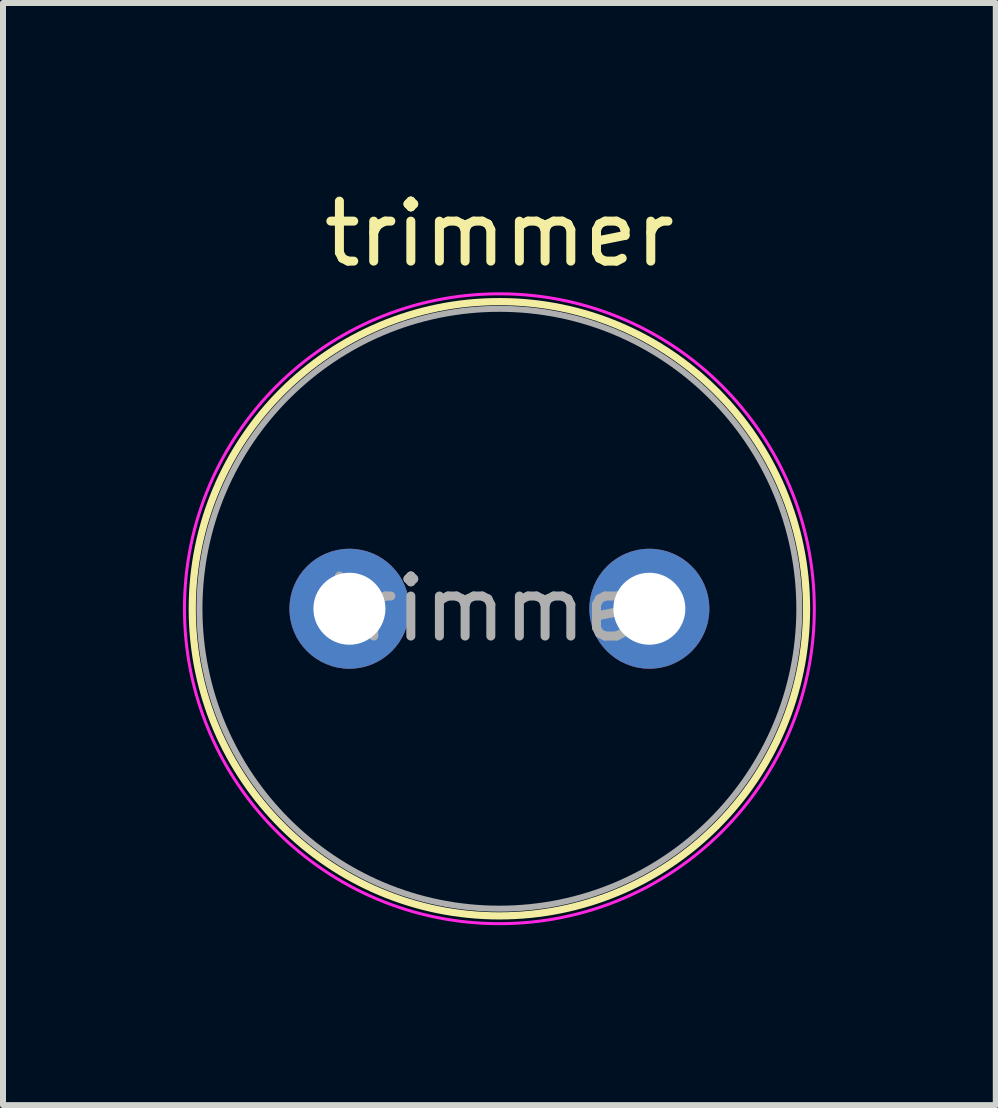
<source format=kicad_pcb>
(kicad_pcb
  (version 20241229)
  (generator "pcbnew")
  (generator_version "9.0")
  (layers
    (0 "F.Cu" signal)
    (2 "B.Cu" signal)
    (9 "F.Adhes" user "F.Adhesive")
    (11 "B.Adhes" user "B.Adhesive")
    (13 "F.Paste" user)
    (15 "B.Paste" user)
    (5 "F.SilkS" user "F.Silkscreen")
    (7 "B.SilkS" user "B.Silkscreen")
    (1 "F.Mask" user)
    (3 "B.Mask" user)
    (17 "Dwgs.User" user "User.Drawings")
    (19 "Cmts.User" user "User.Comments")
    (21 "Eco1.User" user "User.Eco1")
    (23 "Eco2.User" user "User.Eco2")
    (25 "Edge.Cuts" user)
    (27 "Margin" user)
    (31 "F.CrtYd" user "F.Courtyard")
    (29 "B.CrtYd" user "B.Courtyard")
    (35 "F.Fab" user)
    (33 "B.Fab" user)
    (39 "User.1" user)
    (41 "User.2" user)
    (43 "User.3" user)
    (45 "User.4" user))
  (footprint "trimmer"
    (layer "F.Cu")
    (at 2.775 7.098)
    (property "Reference" "trimmer" (at 2.5 -6.25 0) (layer "F.SilkS") (effects (font (size 1 1) (thickness 0.15))))
    (attr through_hole)
    (fp_circle (center 2.5 0) (end 7.62 0) (stroke (width 0.12) (type solid)) (fill no) (layer "F.SilkS"))
    (fp_circle (center 2.5 0) (end 7.75 0) (stroke (width 0.05) (type solid)) (fill no) (layer "F.CrtYd"))
    (fp_circle (center 2.5 0) (end 7.5 0) (stroke (width 0.1) (type solid)) (fill no) (layer "F.Fab"))
    (fp_text user "${REFERENCE}" (at 2.5 0 0) (layer "F.Fab") (effects (font (size 1 1) (thickness 0.15))))
    (pad "1" thru_hole circle (at 0 0) (size 2 2) (drill 1.2) (layers "*.Cu" "*.Mask"))
    (pad "2" thru_hole circle (at 5 0) (size 2 2) (drill 1.2) (layers "*.Cu" "*.Mask")))
  (gr_rect
    (start -3 -3)
    (end 13.55 15.373)
    (stroke (width 0.1) (type default))
    (fill no)
    (layer "Edge.Cuts")))
</source>
